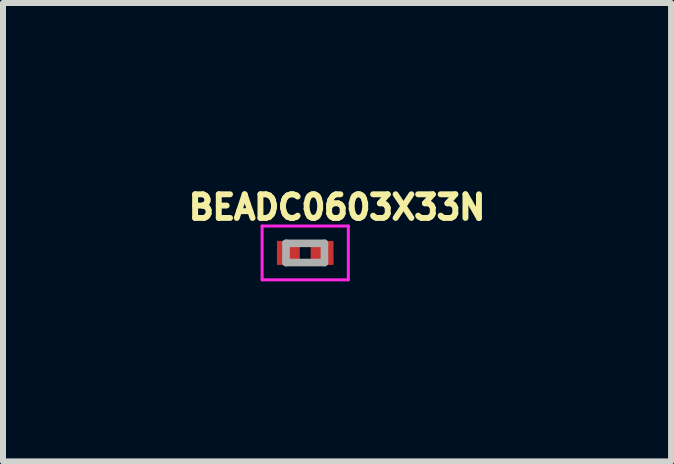
<source format=kicad_pcb>
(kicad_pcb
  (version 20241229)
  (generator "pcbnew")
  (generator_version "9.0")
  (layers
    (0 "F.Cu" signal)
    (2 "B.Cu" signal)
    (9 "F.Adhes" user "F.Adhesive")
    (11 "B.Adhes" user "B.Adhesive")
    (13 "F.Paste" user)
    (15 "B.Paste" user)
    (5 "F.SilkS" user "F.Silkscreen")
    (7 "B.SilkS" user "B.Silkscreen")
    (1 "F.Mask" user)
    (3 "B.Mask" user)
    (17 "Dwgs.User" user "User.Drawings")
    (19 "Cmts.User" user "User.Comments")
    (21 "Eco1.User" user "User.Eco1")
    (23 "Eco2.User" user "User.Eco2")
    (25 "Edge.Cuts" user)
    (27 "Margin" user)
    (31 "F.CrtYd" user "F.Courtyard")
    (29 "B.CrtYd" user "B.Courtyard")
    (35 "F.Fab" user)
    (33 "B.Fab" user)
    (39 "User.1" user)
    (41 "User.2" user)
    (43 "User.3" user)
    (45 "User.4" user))
  (footprint "BEADC0603X33N"
    (layer "F.Cu")
    (at 2.034 1.163)
    (property "Reference" "BEADC0603X33N" (at 0.53 -0.76 0) (layer "F.SilkS") (effects (font (size 0.394 0.394) (thickness 0.15))))
    (attr through_hole)
    (fp_line (start -0.718 -0.448) (end 0.718 -0.448) (stroke (width 0.05) (type solid)) (layer "F.CrtYd"))
    (fp_line (start -0.718 0.448) (end -0.718 -0.448) (stroke (width 0.05) (type solid)) (layer "F.CrtYd"))
    (fp_line (start -0.718 0.448) (end 0.718 0.448) (stroke (width 0.05) (type solid)) (layer "F.CrtYd"))
    (fp_line (start 0.718 0.448) (end 0.718 -0.448) (stroke (width 0.05) (type solid)) (layer "F.CrtYd"))
    (fp_line (start -0.32 0.16) (end -0.32 -0.16) (stroke (width 0.127) (type solid)) (layer "F.Fab"))
    (fp_line (start 0.32 -0.16) (end -0.32 -0.16) (stroke (width 0.127) (type solid)) (layer "F.Fab"))
    (fp_line (start 0.32 0.16) (end -0.32 0.16) (stroke (width 0.127) (type solid)) (layer "F.Fab"))
    (fp_line (start 0.32 0.16) (end 0.32 -0.16) (stroke (width 0.127) (type solid)) (layer "F.Fab"))
    (pad "1" smd rect (at -0.281 0) (size 0.38 0.4) (layers "F.Cu" "F.Mask" "F.Paste"))
    (pad "2" smd rect (at 0.281 0) (size 0.38 0.4) (layers "F.Cu" "F.Mask" "F.Paste")))
  (gr_rect
    (start -3 -3)
    (end 8.128 4.636)
    (stroke (width 0.1) (type default))
    (fill no)
    (layer "Edge.Cuts")))
</source>
